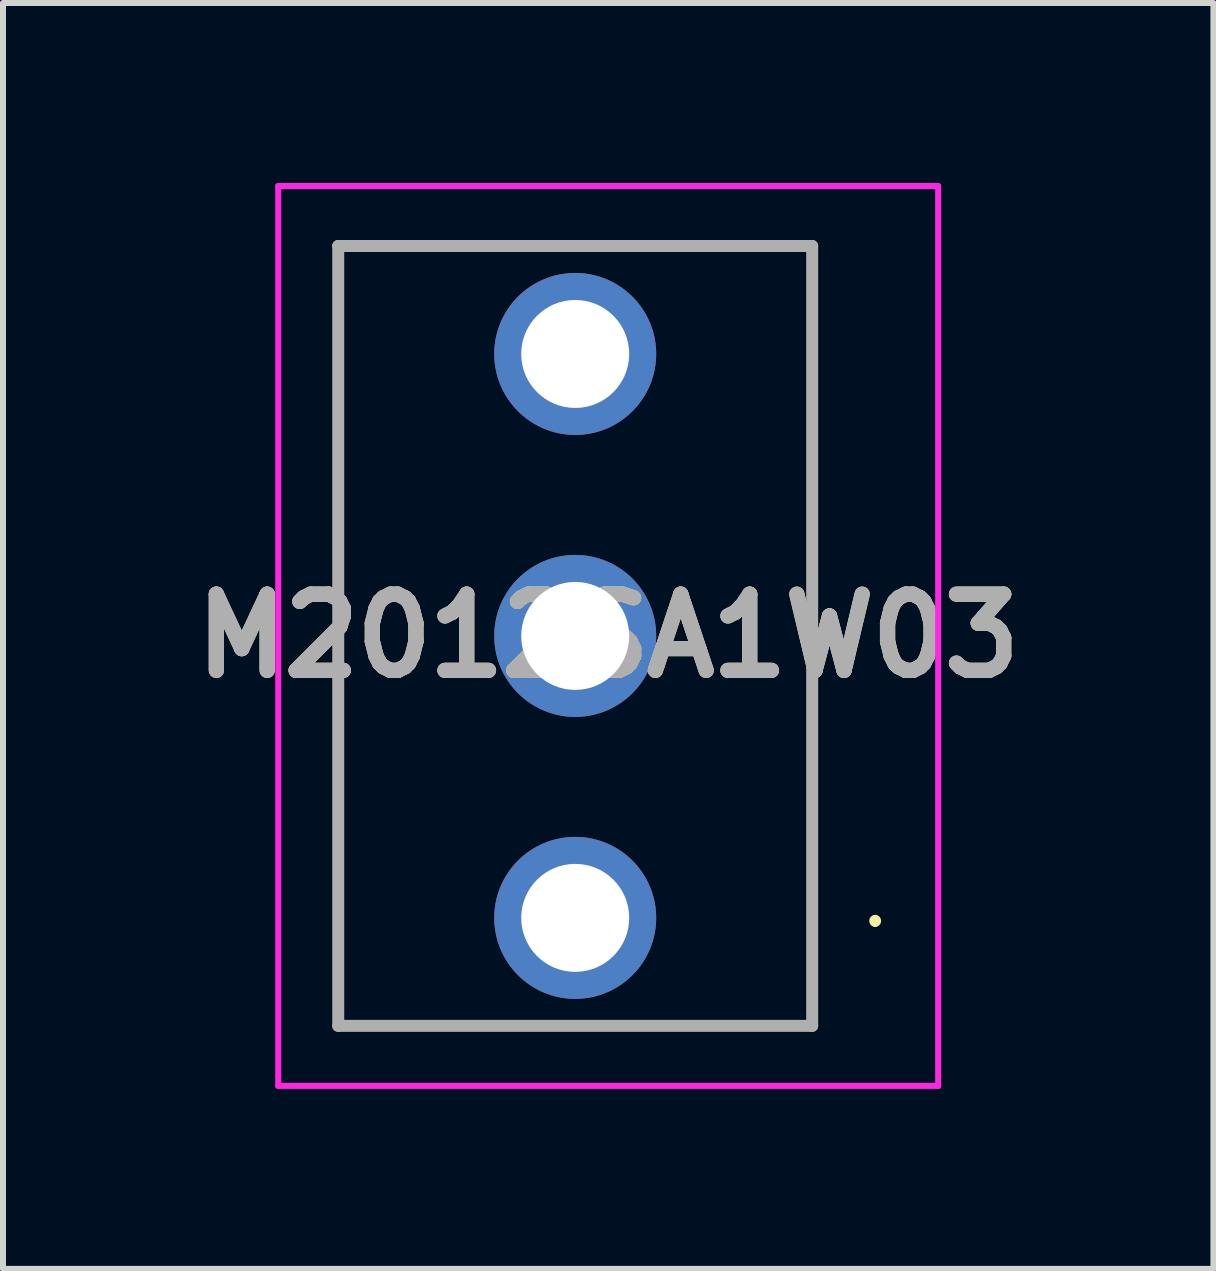
<source format=kicad_pcb>
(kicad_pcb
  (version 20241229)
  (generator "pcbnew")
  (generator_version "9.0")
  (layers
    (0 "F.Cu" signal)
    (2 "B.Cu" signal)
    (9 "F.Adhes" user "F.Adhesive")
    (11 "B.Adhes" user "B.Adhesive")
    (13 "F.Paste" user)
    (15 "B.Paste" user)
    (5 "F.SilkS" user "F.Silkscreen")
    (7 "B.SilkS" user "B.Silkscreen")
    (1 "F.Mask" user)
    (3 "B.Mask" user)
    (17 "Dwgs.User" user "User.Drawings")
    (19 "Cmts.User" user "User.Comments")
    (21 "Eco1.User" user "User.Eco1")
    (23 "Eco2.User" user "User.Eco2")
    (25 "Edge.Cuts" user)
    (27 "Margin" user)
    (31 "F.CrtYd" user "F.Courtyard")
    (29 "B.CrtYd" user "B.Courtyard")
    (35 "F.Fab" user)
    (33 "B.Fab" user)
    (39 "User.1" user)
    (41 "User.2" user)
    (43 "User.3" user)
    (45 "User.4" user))
  (footprint "M2012SA1W03"
    (layer "F.Cu")
    (at 6.538 12.25)
    (property "Reference" "M2012SA1W03" (at 0.55 -4.7 0) (layer "F.SilkS") (effects (font (size 1.27 1.27) (thickness 0.254))))
    (attr through_hole)
    (fp_line (start -3.95 -11.2) (end -3.95 1.8) (stroke (width 0.1) (type solid)) (layer "F.SilkS"))
    (fp_line (start -3.95 1.8) (end 3.95 1.8) (stroke (width 0.1) (type solid)) (layer "F.SilkS"))
    (fp_line (start 3.95 -11.2) (end -3.95 -11.2) (stroke (width 0.1) (type solid)) (layer "F.SilkS"))
    (fp_line (start 3.95 1.8) (end 3.95 -11.2) (stroke (width 0.1) (type solid)) (layer "F.SilkS"))
    (fp_line (start 5 0) (end 5 0) (stroke (width 0.1) (type solid)) (layer "F.SilkS"))
    (fp_line (start 5 0.1) (end 5 0.1) (stroke (width 0.1) (type solid)) (layer "F.SilkS"))
    (fp_arc (start 5 0) (mid 5.05 0.05) (end 5 0.1) (stroke (width 0.1) (type solid)) (layer "F.SilkS"))
    (fp_arc (start 5 0.1) (mid 4.95 0.05) (end 5 0) (stroke (width 0.1) (type solid)) (layer "F.SilkS"))
    (fp_line (start -4.95 -12.2) (end 6.05 -12.2) (stroke (width 0.1) (type solid)) (layer "F.CrtYd"))
    (fp_line (start -4.95 2.8) (end -4.95 -12.2) (stroke (width 0.1) (type solid)) (layer "F.CrtYd"))
    (fp_line (start 6.05 -12.2) (end 6.05 2.8) (stroke (width 0.1) (type solid)) (layer "F.CrtYd"))
    (fp_line (start 6.05 2.8) (end -4.95 2.8) (stroke (width 0.1) (type solid)) (layer "F.CrtYd"))
    (fp_line (start -3.95 -11.2) (end -3.95 1.8) (stroke (width 0.2) (type solid)) (layer "F.Fab"))
    (fp_line (start -3.95 1.8) (end 3.95 1.8) (stroke (width 0.2) (type solid)) (layer "F.Fab"))
    (fp_line (start 3.95 -11.2) (end -3.95 -11.2) (stroke (width 0.2) (type solid)) (layer "F.Fab"))
    (fp_line (start 3.95 1.8) (end 3.95 -11.2) (stroke (width 0.2) (type solid)) (layer "F.Fab"))
    (fp_text user "${REFERENCE}" (at 0.55 -4.7 0) (layer "F.Fab") (effects (font (size 1.27 1.27) (thickness 0.254))))
    (pad "1" thru_hole circle (at 0 0) (size 2.7 2.7) (drill 1.8) (layers "*.Cu" "*.Mask"))
    (pad "2" thru_hole circle (at 0 -4.7) (size 2.7 2.7) (drill 1.8) (layers "*.Cu" "*.Mask"))
    (pad "3" thru_hole circle (at 0 -9.4) (size 2.7 2.7) (drill 1.8) (layers "*.Cu" "*.Mask")))
  (gr_rect
    (start -3 -3)
    (end 17.176 18.1)
    (stroke (width 0.1) (type default))
    (fill no)
    (layer "Edge.Cuts")))
</source>
